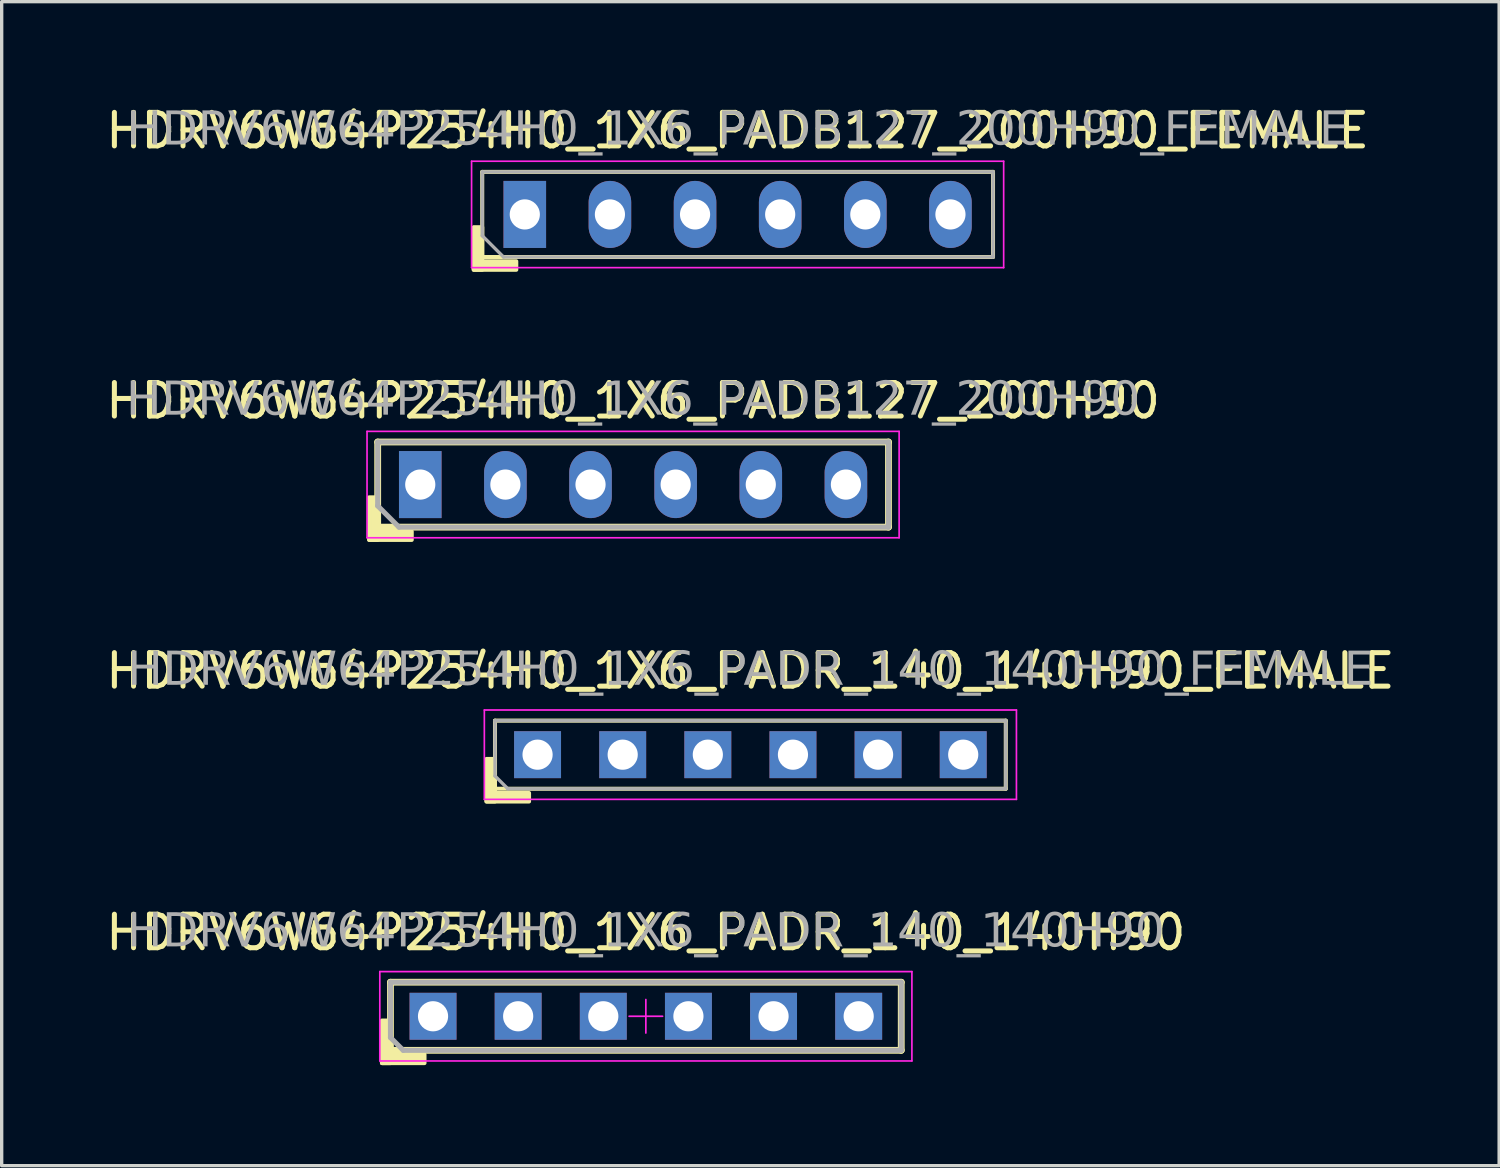
<source format=kicad_pcb>
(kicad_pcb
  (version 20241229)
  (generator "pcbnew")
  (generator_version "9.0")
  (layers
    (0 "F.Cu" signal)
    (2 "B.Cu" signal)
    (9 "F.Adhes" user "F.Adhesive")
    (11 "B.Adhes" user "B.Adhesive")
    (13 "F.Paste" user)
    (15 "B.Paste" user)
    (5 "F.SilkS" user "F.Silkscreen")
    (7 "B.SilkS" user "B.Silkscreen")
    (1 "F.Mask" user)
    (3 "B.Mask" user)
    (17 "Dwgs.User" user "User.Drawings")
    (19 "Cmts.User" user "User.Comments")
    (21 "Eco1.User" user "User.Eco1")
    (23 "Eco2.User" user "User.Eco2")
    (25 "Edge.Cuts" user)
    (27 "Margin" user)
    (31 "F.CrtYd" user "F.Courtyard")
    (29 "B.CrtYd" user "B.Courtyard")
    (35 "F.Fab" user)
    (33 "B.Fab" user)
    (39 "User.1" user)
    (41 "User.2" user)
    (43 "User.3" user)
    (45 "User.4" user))
  (footprint "HDRV6W64P254H0_1X6_PADR_140_140H90_FEMALE"
    (layer "F.Cu")
    (at 19.339 19.467)
    (property "Reference" "HDRV6W64P254H0_1X6_PADR_140_140H90_FEMALE" (at 0 -2.5 0) (layer "F.SilkS") (effects (font (size 1 1) (thickness 0.15))))
    (attr through_hole exclude_from_pos_files exclude_from_bom)
    (fp_line (start -7.62 -1.016) (end -7.62 1.27) (stroke (width 0.12) (type solid)) (layer "F.SilkS"))
    (fp_line (start -7.62 1.016) (end 7.62 1.016) (stroke (width 0.12) (type solid)) (layer "F.SilkS"))
    (fp_line (start 7.62 -1.016) (end -7.62 -1.016) (stroke (width 0.12) (type solid)) (layer "F.SilkS"))
    (fp_line (start 7.62 1.016) (end 7.62 -1.016) (stroke (width 0.12) (type solid)) (layer "F.SilkS"))
    (fp_rect (start -7.62 0.127) (end -7.874 1.397) (stroke (width 0.12) (type solid)) (fill yes) (layer "F.SilkS"))
    (fp_rect (start -6.604 1.397) (end -7.874 1.143) (stroke (width 0.12) (type solid)) (fill yes) (layer "F.SilkS"))
    (fp_line (start -7.938 1.333) (end -7.938 -1.333) (stroke (width 0.05) (type solid)) (layer "F.CrtYd"))
    (fp_line (start 7.938 -1.333) (end -7.938 -1.333) (stroke (width 0.05) (type solid)) (layer "F.CrtYd"))
    (fp_line (start 7.938 1.333) (end -7.938 1.333) (stroke (width 0.05) (type solid)) (layer "F.CrtYd"))
    (fp_line (start 7.938 1.333) (end 7.938 -1.333) (stroke (width 0.05) (type solid)) (layer "F.CrtYd"))
    (fp_line (start -7.62 -1.016) (end -7.62 0.635) (stroke (width 0.1) (type solid)) (layer "F.Fab"))
    (fp_line (start -7.62 -1.016) (end 7.62 -1.016) (stroke (width 0.1) (type solid)) (layer "F.Fab"))
    (fp_line (start -7.62 0.635) (end -7.239 1.016) (stroke (width 0.1) (type solid)) (layer "F.Fab"))
    (fp_line (start 7.62 -1.016) (end 7.62 1.016) (stroke (width 0.1) (type solid)) (layer "F.Fab"))
    (fp_line (start 7.62 1.016) (end -7.239 1.016) (stroke (width 0.1) (type solid)) (layer "F.Fab"))
    (fp_rect (start -6.096 -0.254) (end -6.604 0.254) (stroke (width 0.1) (type solid)) (fill no) (layer "F.Fab"))
    (fp_rect (start -3.556 -0.254) (end -4.064 0.254) (stroke (width 0.1) (type solid)) (fill no) (layer "F.Fab"))
    (fp_rect (start -1.016 -0.254) (end -1.524 0.254) (stroke (width 0.1) (type solid)) (fill no) (layer "F.Fab"))
    (fp_rect (start 1.524 -0.254) (end 1.016 0.254) (stroke (width 0.1) (type solid)) (fill no) (layer "F.Fab"))
    (fp_rect (start 4.064 -0.254) (end 3.556 0.254) (stroke (width 0.1) (type solid)) (fill no) (layer "F.Fab"))
    (fp_rect (start 6.604 -0.254) (end 6.096 0.254) (stroke (width 0.1) (type solid)) (fill no) (layer "F.Fab"))
    (fp_text user "${REFERENCE}" (at 0 -2.5 0) (layer "F.Fab") (effects (font (face "Tahoma") (size 1 1) (thickness 0.15))))
    (pad "1" thru_hole rect (at -6.35 0) (size 1.4 1.4) (drill 0.9) (layers "*.Cu" "*.Mask"))
    (pad "2" thru_hole rect (at -3.81 0) (size 1.4 1.4) (drill 0.9) (layers "*.Cu" "*.Mask"))
    (pad "3" thru_hole rect (at -1.27 0) (size 1.4 1.4) (drill 0.9) (layers "*.Cu" "*.Mask"))
    (pad "4" thru_hole rect (at 1.27 0) (size 1.4 1.4) (drill 0.9) (layers "*.Cu" "*.Mask"))
    (pad "5" thru_hole rect (at 3.81 0) (size 1.4 1.4) (drill 0.9) (layers "*.Cu" "*.Mask"))
    (pad "6" thru_hole rect (at 6.35 0) (size 1.4 1.4) (drill 0.9) (layers "*.Cu" "*.Mask")))
  (footprint "HDRV6W64P254H0_1X6_PADR_140_140H90"
    (layer "F.Cu")
    (at 16.22 27.272)
    (property "Reference" "HDRV6W64P254H0_1X6_PADR_140_140H90" (at 0 -2.5 0) (layer "F.SilkS") (effects (font (size 1 1) (thickness 0.15))))
    (attr through_hole exclude_from_pos_files exclude_from_bom)
    (fp_line (start -7.62 -1.016) (end -7.62 1.27) (stroke (width 0.203) (type solid)) (layer "F.SilkS"))
    (fp_line (start -7.62 1.016) (end 7.62 1.016) (stroke (width 0.203) (type solid)) (layer "F.SilkS"))
    (fp_line (start 7.62 -1.016) (end -7.62 -1.016) (stroke (width 0.203) (type solid)) (layer "F.SilkS"))
    (fp_line (start 7.62 1.016) (end 7.62 -1.016) (stroke (width 0.203) (type solid)) (layer "F.SilkS"))
    (fp_rect (start -7.62 0.127) (end -7.874 1.397) (stroke (width 0.12) (type solid)) (fill yes) (layer "F.SilkS"))
    (fp_rect (start -6.604 1.397) (end -7.874 1.143) (stroke (width 0.12) (type solid)) (fill yes) (layer "F.SilkS"))
    (fp_line (start -7.938 1.333) (end -7.938 -1.333) (stroke (width 0.05) (type solid)) (layer "F.CrtYd"))
    (fp_line (start -0.5 0) (end 0.5 0) (stroke (width 0.05) (type default)) (layer "F.CrtYd"))
    (fp_line (start 0 0.5) (end 0 -0.5) (stroke (width 0.05) (type default)) (layer "F.CrtYd"))
    (fp_line (start 7.938 -1.333) (end -7.938 -1.333) (stroke (width 0.05) (type solid)) (layer "F.CrtYd"))
    (fp_line (start 7.938 1.333) (end -7.938 1.333) (stroke (width 0.05) (type solid)) (layer "F.CrtYd"))
    (fp_line (start 7.938 1.333) (end 7.938 -1.333) (stroke (width 0.05) (type solid)) (layer "F.CrtYd"))
    (fp_line (start -7.62 -1.016) (end -7.62 0.635) (stroke (width 0.152) (type solid)) (layer "F.Fab"))
    (fp_line (start -7.62 -1.016) (end 7.62 -1.016) (stroke (width 0.152) (type solid)) (layer "F.Fab"))
    (fp_line (start -7.62 0.635) (end -7.239 1.016) (stroke (width 0.152) (type solid)) (layer "F.Fab"))
    (fp_line (start 7.62 -1.016) (end 7.62 1.016) (stroke (width 0.152) (type solid)) (layer "F.Fab"))
    (fp_line (start 7.62 1.016) (end -7.239 1.016) (stroke (width 0.152) (type solid)) (layer "F.Fab"))
    (fp_rect (start -6.096 -0.254) (end -6.604 0.254) (stroke (width 0.152) (type solid)) (fill no) (layer "F.Fab"))
    (fp_rect (start -3.556 -0.254) (end -4.064 0.254) (stroke (width 0.152) (type solid)) (fill no) (layer "F.Fab"))
    (fp_rect (start -1.016 -0.254) (end -1.524 0.254) (stroke (width 0.152) (type solid)) (fill no) (layer "F.Fab"))
    (fp_rect (start 1.524 -0.254) (end 1.016 0.254) (stroke (width 0.152) (type solid)) (fill no) (layer "F.Fab"))
    (fp_rect (start 4.064 -0.254) (end 3.556 0.254) (stroke (width 0.152) (type solid)) (fill no) (layer "F.Fab"))
    (fp_rect (start 6.604 -0.254) (end 6.096 0.254) (stroke (width 0.152) (type solid)) (fill no) (layer "F.Fab"))
    (fp_text user "${REFERENCE}" (at 0 -2.5 0) (layer "F.Fab") (effects (font (face "Tahoma") (size 1 1) (thickness 0.15))))
    (pad "1" thru_hole rect (at -6.35 0) (size 1.4 1.4) (drill 0.9) (layers "*.Cu" "*.Mask"))
    (pad "2" thru_hole rect (at -3.81 0) (size 1.4 1.4) (drill 0.9) (layers "*.Cu" "*.Mask"))
    (pad "3" thru_hole rect (at -1.27 0) (size 1.4 1.4) (drill 0.9) (layers "*.Cu" "*.Mask"))
    (pad "4" thru_hole rect (at 1.27 0) (size 1.4 1.4) (drill 0.9) (layers "*.Cu" "*.Mask"))
    (pad "5" thru_hole rect (at 3.81 0) (size 1.4 1.4) (drill 0.9) (layers "*.Cu" "*.Mask"))
    (pad "6" thru_hole rect (at 6.35 0) (size 1.4 1.4) (drill 0.9) (layers "*.Cu" "*.Mask")))
  (footprint "HDRV6W64P254H0_1X6_PADB127_200H90"
    (layer "F.Cu")
    (at 15.839 11.408)
    (property "Reference" "HDRV6W64P254H0_1X6_PADB127_200H90" (at 0 -2.5 0) (layer "F.SilkS") (effects (font (size 1 1) (thickness 0.15))))
    (attr through_hole exclude_from_pos_files exclude_from_bom)
    (fp_line (start -7.62 -1.27) (end -7.62 1.27) (stroke (width 0.203) (type solid)) (layer "F.SilkS"))
    (fp_line (start -7.62 1.27) (end 7.62 1.27) (stroke (width 0.203) (type solid)) (layer "F.SilkS"))
    (fp_line (start 7.62 -1.27) (end -7.62 -1.27) (stroke (width 0.203) (type solid)) (layer "F.SilkS"))
    (fp_line (start 7.62 1.27) (end 7.62 -1.27) (stroke (width 0.203) (type solid)) (layer "F.SilkS"))
    (fp_rect (start -7.62 0.381) (end -7.874 1.651) (stroke (width 0.12) (type solid)) (fill yes) (layer "F.SilkS"))
    (fp_rect (start -6.604 1.651) (end -7.874 1.397) (stroke (width 0.12) (type solid)) (fill yes) (layer "F.SilkS"))
    (fp_line (start -7.938 1.587) (end -7.938 -1.587) (stroke (width 0.05) (type solid)) (layer "F.CrtYd"))
    (fp_line (start 7.938 -1.587) (end -7.938 -1.587) (stroke (width 0.05) (type solid)) (layer "F.CrtYd"))
    (fp_line (start 7.938 1.587) (end -7.938 1.587) (stroke (width 0.05) (type solid)) (layer "F.CrtYd"))
    (fp_line (start 7.938 1.587) (end 7.938 -1.587) (stroke (width 0.05) (type solid)) (layer "F.CrtYd"))
    (fp_line (start -7.62 -1.27) (end -7.62 0.635) (stroke (width 0.152) (type solid)) (layer "F.Fab"))
    (fp_line (start -7.62 -1.27) (end 7.62 -1.27) (stroke (width 0.152) (type solid)) (layer "F.Fab"))
    (fp_line (start -7.62 0.635) (end -6.985 1.27) (stroke (width 0.152) (type solid)) (layer "F.Fab"))
    (fp_line (start 7.62 -1.27) (end 7.62 1.27) (stroke (width 0.152) (type solid)) (layer "F.Fab"))
    (fp_line (start 7.62 1.27) (end -6.985 1.27) (stroke (width 0.152) (type solid)) (layer "F.Fab"))
    (fp_rect (start -6.096 -0.254) (end -6.604 0.254) (stroke (width 0.152) (type solid)) (fill no) (layer "F.Fab"))
    (fp_rect (start -3.556 -0.254) (end -4.064 0.254) (stroke (width 0.152) (type solid)) (fill no) (layer "F.Fab"))
    (fp_rect (start -1.016 -0.254) (end -1.524 0.254) (stroke (width 0.152) (type solid)) (fill no) (layer "F.Fab"))
    (fp_rect (start 1.524 -0.254) (end 1.016 0.254) (stroke (width 0.152) (type solid)) (fill no) (layer "F.Fab"))
    (fp_rect (start 4.064 -0.254) (end 3.556 0.254) (stroke (width 0.152) (type solid)) (fill no) (layer "F.Fab"))
    (fp_rect (start 6.604 -0.254) (end 6.096 0.254) (stroke (width 0.152) (type solid)) (fill no) (layer "F.Fab"))
    (fp_text user "${REFERENCE}" (at 0 -2.5 0) (layer "F.Fab") (effects (font (face "Tahoma") (size 1 1) (thickness 0.15))))
    (pad "1" thru_hole rect (at -6.35 0) (size 1.27 2) (drill 0.9) (layers "*.Cu" "*.Mask"))
    (pad "2" thru_hole oval (at -3.81 0) (size 1.27 2) (drill 0.9) (layers "*.Cu" "*.Mask"))
    (pad "3" thru_hole oval (at -1.27 0) (size 1.27 2) (drill 0.9) (layers "*.Cu" "*.Mask"))
    (pad "4" thru_hole oval (at 1.27 0) (size 1.27 2) (drill 0.9) (layers "*.Cu" "*.Mask"))
    (pad "5" thru_hole oval (at 3.81 0) (size 1.27 2) (drill 0.9) (layers "*.Cu" "*.Mask"))
    (pad "6" thru_hole oval (at 6.35 0) (size 1.27 2) (drill 0.9) (layers "*.Cu" "*.Mask")))
  (footprint "HDRV6W64P254H0_1X6_PADB127_200H90_FEMALE"
    (layer "F.Cu")
    (at 18.958 3.348)
    (property "Reference" "HDRV6W64P254H0_1X6_PADB127_200H90_FEMALE" (at 0 -2.5 0) (layer "F.SilkS") (effects (font (size 1 1) (thickness 0.15))))
    (attr through_hole exclude_from_pos_files exclude_from_bom)
    (fp_line (start -7.62 -1.27) (end -7.62 1.27) (stroke (width 0.12) (type solid)) (layer "F.SilkS"))
    (fp_line (start -7.62 1.27) (end 7.62 1.27) (stroke (width 0.12) (type solid)) (layer "F.SilkS"))
    (fp_line (start 7.62 -1.27) (end -7.62 -1.27) (stroke (width 0.12) (type solid)) (layer "F.SilkS"))
    (fp_line (start 7.62 1.27) (end 7.62 -1.27) (stroke (width 0.12) (type solid)) (layer "F.SilkS"))
    (fp_rect (start -7.62 0.381) (end -7.874 1.651) (stroke (width 0.12) (type solid)) (fill yes) (layer "F.SilkS"))
    (fp_rect (start -6.604 1.651) (end -7.874 1.397) (stroke (width 0.12) (type solid)) (fill yes) (layer "F.SilkS"))
    (fp_line (start -7.938 1.587) (end -7.938 -1.587) (stroke (width 0.05) (type solid)) (layer "F.CrtYd"))
    (fp_line (start 7.938 -1.587) (end -7.938 -1.587) (stroke (width 0.05) (type solid)) (layer "F.CrtYd"))
    (fp_line (start 7.938 1.587) (end -7.938 1.587) (stroke (width 0.05) (type solid)) (layer "F.CrtYd"))
    (fp_line (start 7.938 1.587) (end 7.938 -1.587) (stroke (width 0.05) (type solid)) (layer "F.CrtYd"))
    (fp_line (start -7.62 -1.27) (end -7.62 0.635) (stroke (width 0.1) (type solid)) (layer "F.Fab"))
    (fp_line (start -7.62 -1.27) (end 7.62 -1.27) (stroke (width 0.1) (type solid)) (layer "F.Fab"))
    (fp_line (start -7.62 0.635) (end -6.985 1.27) (stroke (width 0.1) (type solid)) (layer "F.Fab"))
    (fp_line (start 7.62 -1.27) (end 7.62 1.27) (stroke (width 0.1) (type solid)) (layer "F.Fab"))
    (fp_line (start 7.62 1.27) (end -6.985 1.27) (stroke (width 0.1) (type solid)) (layer "F.Fab"))
    (fp_rect (start -6.096 -0.254) (end -6.604 0.254) (stroke (width 0.1) (type solid)) (fill no) (layer "F.Fab"))
    (fp_rect (start -3.556 -0.254) (end -4.064 0.254) (stroke (width 0.1) (type solid)) (fill no) (layer "F.Fab"))
    (fp_rect (start -1.016 -0.254) (end -1.524 0.254) (stroke (width 0.1) (type solid)) (fill no) (layer "F.Fab"))
    (fp_rect (start 1.524 -0.254) (end 1.016 0.254) (stroke (width 0.1) (type solid)) (fill no) (layer "F.Fab"))
    (fp_rect (start 4.064 -0.254) (end 3.556 0.254) (stroke (width 0.1) (type solid)) (fill no) (layer "F.Fab"))
    (fp_rect (start 6.604 -0.254) (end 6.096 0.254) (stroke (width 0.1) (type solid)) (fill no) (layer "F.Fab"))
    (fp_text user "${REFERENCE}" (at 0 -2.5 0) (layer "F.Fab") (effects (font (face "Tahoma") (size 1 1) (thickness 0.15))))
    (pad "1" thru_hole rect (at -6.35 0) (size 1.27 2) (drill 0.9) (layers "*.Cu" "*.Mask"))
    (pad "2" thru_hole oval (at -3.81 0) (size 1.27 2) (drill 0.9) (layers "*.Cu" "*.Mask"))
    (pad "3" thru_hole oval (at -1.27 0) (size 1.27 2) (drill 0.9) (layers "*.Cu" "*.Mask"))
    (pad "4" thru_hole oval (at 1.27 0) (size 1.27 2) (drill 0.9) (layers "*.Cu" "*.Mask"))
    (pad "5" thru_hole oval (at 3.81 0) (size 1.27 2) (drill 0.9) (layers "*.Cu" "*.Mask"))
    (pad "6" thru_hole oval (at 6.35 0) (size 1.27 2) (drill 0.9) (layers "*.Cu" "*.Mask")))
  (gr_rect
    (start -3 -3)
    (end 41.679 31.729)
    (stroke (width 0.1) (type default))
    (fill no)
    (layer "Edge.Cuts")))
</source>
